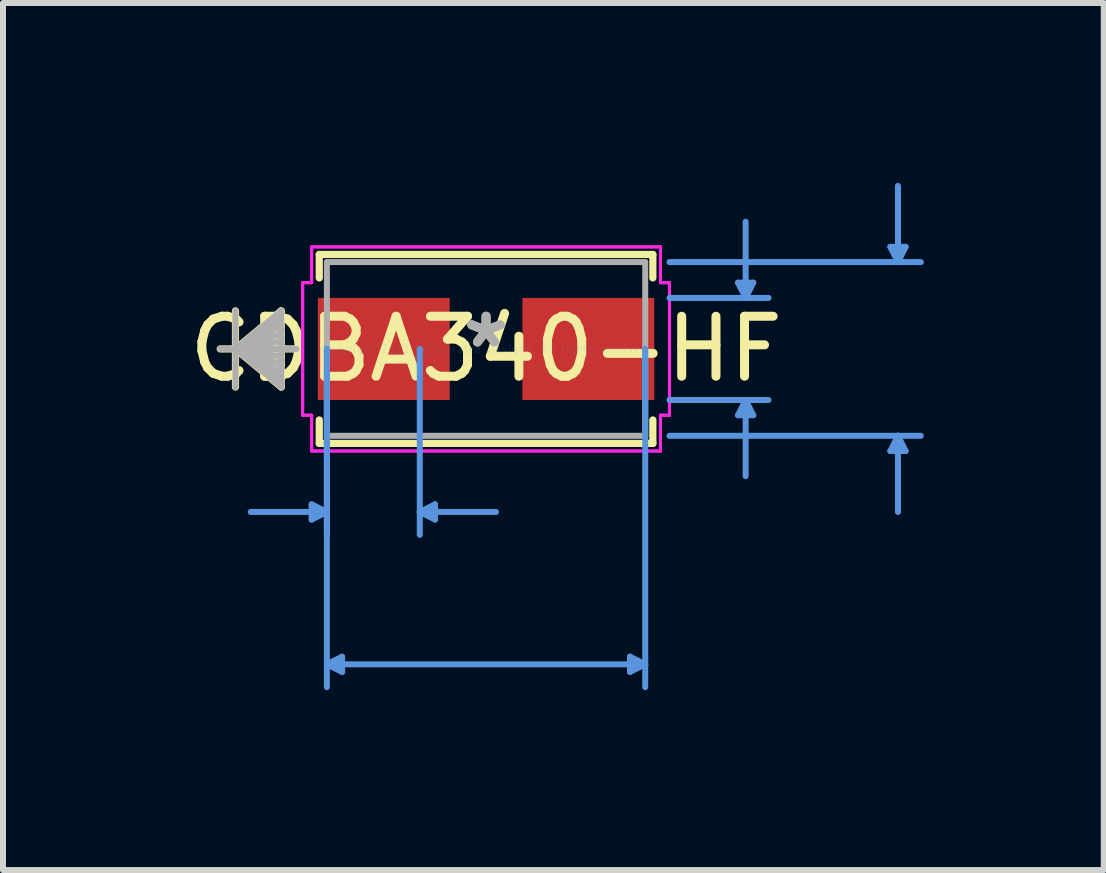
<source format=kicad_pcb>
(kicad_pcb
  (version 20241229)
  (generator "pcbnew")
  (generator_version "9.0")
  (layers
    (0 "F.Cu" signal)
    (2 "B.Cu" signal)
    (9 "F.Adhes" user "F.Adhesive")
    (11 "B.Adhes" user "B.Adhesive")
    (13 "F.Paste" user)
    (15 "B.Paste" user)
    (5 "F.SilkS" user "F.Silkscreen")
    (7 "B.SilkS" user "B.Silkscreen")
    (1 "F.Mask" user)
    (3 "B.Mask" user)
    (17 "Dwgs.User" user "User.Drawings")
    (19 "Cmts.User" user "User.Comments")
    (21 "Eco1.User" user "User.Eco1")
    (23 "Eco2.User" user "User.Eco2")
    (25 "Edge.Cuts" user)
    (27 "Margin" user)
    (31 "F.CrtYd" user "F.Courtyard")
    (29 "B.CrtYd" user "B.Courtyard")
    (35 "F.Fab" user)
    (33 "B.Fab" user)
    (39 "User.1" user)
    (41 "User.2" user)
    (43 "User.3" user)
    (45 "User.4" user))
  (footprint "CDBA340-HF"
    (layer "F.Cu")
    (at 5.054 2.768)
    (property "Reference" "CDBA340-HF" (at 0 0 0) (layer "F.SilkS") (effects (font (size 1 1) (thickness 0.15))))
    (attr through_hole)
    (fp_line (start -4.178 -0.635) (end -4.178 0.635) (stroke (width 0.12) (type solid)) (layer "F.SilkS"))
    (fp_line (start -4.178 0) (end -3.416 -0.635) (stroke (width 0.12) (type solid)) (layer "F.SilkS"))
    (fp_line (start -4.178 0) (end -3.416 -0.508) (stroke (width 0.12) (type solid)) (layer "F.SilkS"))
    (fp_line (start -4.178 0) (end -3.416 -0.381) (stroke (width 0.12) (type solid)) (layer "F.SilkS"))
    (fp_line (start -4.178 0) (end -3.416 -0.254) (stroke (width 0.12) (type solid)) (layer "F.SilkS"))
    (fp_line (start -4.178 0) (end -3.416 -0.127) (stroke (width 0.12) (type solid)) (layer "F.SilkS"))
    (fp_line (start -4.178 0) (end -3.416 0.127) (stroke (width 0.12) (type solid)) (layer "F.SilkS"))
    (fp_line (start -4.178 0) (end -3.416 0.254) (stroke (width 0.12) (type solid)) (layer "F.SilkS"))
    (fp_line (start -4.178 0) (end -3.416 0.381) (stroke (width 0.12) (type solid)) (layer "F.SilkS"))
    (fp_line (start -4.178 0) (end -3.416 0.508) (stroke (width 0.12) (type solid)) (layer "F.SilkS"))
    (fp_line (start -4.178 0) (end -3.416 0.635) (stroke (width 0.12) (type solid)) (layer "F.SilkS"))
    (fp_line (start -3.416 -0.635) (end -3.416 0.635) (stroke (width 0.12) (type solid)) (layer "F.SilkS"))
    (fp_line (start -3.162 0) (end -4.432 0) (stroke (width 0.12) (type solid)) (layer "F.SilkS"))
    (fp_line (start -2.781 -1.575) (end -2.781 -1.184) (stroke (width 0.12) (type solid)) (layer "F.SilkS"))
    (fp_line (start -2.781 1.184) (end -2.781 1.575) (stroke (width 0.12) (type solid)) (layer "F.SilkS"))
    (fp_line (start -2.781 1.575) (end 2.781 1.575) (stroke (width 0.12) (type solid)) (layer "F.SilkS"))
    (fp_line (start 2.781 -1.575) (end -2.781 -1.575) (stroke (width 0.12) (type solid)) (layer "F.SilkS"))
    (fp_line (start 2.781 -1.184) (end 2.781 -1.575) (stroke (width 0.12) (type solid)) (layer "F.SilkS"))
    (fp_line (start 2.781 1.575) (end 2.781 1.184) (stroke (width 0.12) (type solid)) (layer "F.SilkS"))
    (fp_line (start -2.908 2.591) (end -2.908 2.845) (stroke (width 0.1) (type solid)) (layer "Cmts.User"))
    (fp_line (start -2.654 0) (end -2.654 3.099) (stroke (width 0.1) (type solid)) (layer "Cmts.User"))
    (fp_line (start -2.654 0) (end -2.654 5.639) (stroke (width 0.1) (type solid)) (layer "Cmts.User"))
    (fp_line (start -2.654 2.718) (end -3.924 2.718) (stroke (width 0.1) (type solid)) (layer "Cmts.User"))
    (fp_line (start -2.654 2.718) (end -2.908 2.591) (stroke (width 0.1) (type solid)) (layer "Cmts.User"))
    (fp_line (start -2.654 2.718) (end -2.908 2.845) (stroke (width 0.1) (type solid)) (layer "Cmts.User"))
    (fp_line (start -2.654 5.258) (end -2.4 5.131) (stroke (width 0.1) (type solid)) (layer "Cmts.User"))
    (fp_line (start -2.654 5.258) (end -2.4 5.385) (stroke (width 0.1) (type solid)) (layer "Cmts.User"))
    (fp_line (start -2.654 5.258) (end 2.654 5.258) (stroke (width 0.1) (type solid)) (layer "Cmts.User"))
    (fp_line (start -2.4 5.131) (end -2.4 5.385) (stroke (width 0.1) (type solid)) (layer "Cmts.User"))
    (fp_line (start -1.105 0) (end -1.105 3.099) (stroke (width 0.1) (type solid)) (layer "Cmts.User"))
    (fp_line (start -1.105 2.718) (end -0.851 2.591) (stroke (width 0.1) (type solid)) (layer "Cmts.User"))
    (fp_line (start -1.105 2.718) (end -0.851 2.845) (stroke (width 0.1) (type solid)) (layer "Cmts.User"))
    (fp_line (start -1.105 2.718) (end 0.165 2.718) (stroke (width 0.1) (type solid)) (layer "Cmts.User"))
    (fp_line (start -0.851 2.591) (end -0.851 2.845) (stroke (width 0.1) (type solid)) (layer "Cmts.User"))
    (fp_line (start 2.4 5.131) (end 2.4 5.385) (stroke (width 0.1) (type solid)) (layer "Cmts.User"))
    (fp_line (start 2.654 0) (end 2.654 5.639) (stroke (width 0.1) (type solid)) (layer "Cmts.User"))
    (fp_line (start 2.654 5.258) (end 2.4 5.131) (stroke (width 0.1) (type solid)) (layer "Cmts.User"))
    (fp_line (start 2.654 5.258) (end 2.4 5.385) (stroke (width 0.1) (type solid)) (layer "Cmts.User"))
    (fp_line (start 3.058 -1.448) (end 7.249 -1.448) (stroke (width 0.1) (type solid)) (layer "Cmts.User"))
    (fp_line (start 3.058 -0.851) (end 4.709 -0.851) (stroke (width 0.1) (type solid)) (layer "Cmts.User"))
    (fp_line (start 3.058 0.851) (end 4.709 0.851) (stroke (width 0.1) (type solid)) (layer "Cmts.User"))
    (fp_line (start 3.058 1.448) (end 7.249 1.448) (stroke (width 0.1) (type solid)) (layer "Cmts.User"))
    (fp_line (start 4.201 -1.105) (end 4.455 -1.105) (stroke (width 0.1) (type solid)) (layer "Cmts.User"))
    (fp_line (start 4.201 1.105) (end 4.455 1.105) (stroke (width 0.1) (type solid)) (layer "Cmts.User"))
    (fp_line (start 4.328 -0.851) (end 4.201 -1.105) (stroke (width 0.1) (type solid)) (layer "Cmts.User"))
    (fp_line (start 4.328 -0.851) (end 4.328 -2.121) (stroke (width 0.1) (type solid)) (layer "Cmts.User"))
    (fp_line (start 4.328 -0.851) (end 4.455 -1.105) (stroke (width 0.1) (type solid)) (layer "Cmts.User"))
    (fp_line (start 4.328 0.851) (end 4.201 1.105) (stroke (width 0.1) (type solid)) (layer "Cmts.User"))
    (fp_line (start 4.328 0.851) (end 4.328 2.121) (stroke (width 0.1) (type solid)) (layer "Cmts.User"))
    (fp_line (start 4.328 0.851) (end 4.455 1.105) (stroke (width 0.1) (type solid)) (layer "Cmts.User"))
    (fp_line (start 6.741 -1.702) (end 6.995 -1.702) (stroke (width 0.1) (type solid)) (layer "Cmts.User"))
    (fp_line (start 6.741 1.702) (end 6.995 1.702) (stroke (width 0.1) (type solid)) (layer "Cmts.User"))
    (fp_line (start 6.868 -1.448) (end 6.741 -1.702) (stroke (width 0.1) (type solid)) (layer "Cmts.User"))
    (fp_line (start 6.868 -1.448) (end 6.868 -2.718) (stroke (width 0.1) (type solid)) (layer "Cmts.User"))
    (fp_line (start 6.868 -1.448) (end 6.995 -1.702) (stroke (width 0.1) (type solid)) (layer "Cmts.User"))
    (fp_line (start 6.868 1.448) (end 6.741 1.702) (stroke (width 0.1) (type solid)) (layer "Cmts.User"))
    (fp_line (start 6.868 1.448) (end 6.868 2.718) (stroke (width 0.1) (type solid)) (layer "Cmts.User"))
    (fp_line (start 6.868 1.448) (end 6.995 1.702) (stroke (width 0.1) (type solid)) (layer "Cmts.User"))
    (fp_line (start -3.058 -1.105) (end -2.908 -1.105) (stroke (width 0.05) (type solid)) (layer "F.CrtYd"))
    (fp_line (start -3.058 -1.105) (end -2.908 -1.105) (stroke (width 0.05) (type solid)) (layer "F.CrtYd"))
    (fp_line (start -3.058 1.105) (end -3.058 -1.105) (stroke (width 0.05) (type solid)) (layer "F.CrtYd"))
    (fp_line (start -3.058 1.105) (end -3.058 -1.105) (stroke (width 0.05) (type solid)) (layer "F.CrtYd"))
    (fp_line (start -2.908 -1.702) (end 2.908 -1.702) (stroke (width 0.05) (type solid)) (layer "F.CrtYd"))
    (fp_line (start -2.908 -1.702) (end 2.908 -1.702) (stroke (width 0.05) (type solid)) (layer "F.CrtYd"))
    (fp_line (start -2.908 -1.105) (end -2.908 -1.702) (stroke (width 0.05) (type solid)) (layer "F.CrtYd"))
    (fp_line (start -2.908 -1.105) (end -2.908 -1.702) (stroke (width 0.05) (type solid)) (layer "F.CrtYd"))
    (fp_line (start -2.908 1.105) (end -3.058 1.105) (stroke (width 0.05) (type solid)) (layer "F.CrtYd"))
    (fp_line (start -2.908 1.105) (end -3.058 1.105) (stroke (width 0.05) (type solid)) (layer "F.CrtYd"))
    (fp_line (start -2.908 1.702) (end -2.908 1.105) (stroke (width 0.05) (type solid)) (layer "F.CrtYd"))
    (fp_line (start -2.908 1.702) (end -2.908 1.105) (stroke (width 0.05) (type solid)) (layer "F.CrtYd"))
    (fp_line (start 2.908 -1.702) (end 2.908 -1.105) (stroke (width 0.05) (type solid)) (layer "F.CrtYd"))
    (fp_line (start 2.908 -1.702) (end 2.908 -1.105) (stroke (width 0.05) (type solid)) (layer "F.CrtYd"))
    (fp_line (start 2.908 -1.105) (end 3.058 -1.105) (stroke (width 0.05) (type solid)) (layer "F.CrtYd"))
    (fp_line (start 2.908 -1.105) (end 3.058 -1.105) (stroke (width 0.05) (type solid)) (layer "F.CrtYd"))
    (fp_line (start 2.908 1.105) (end 2.908 1.702) (stroke (width 0.05) (type solid)) (layer "F.CrtYd"))
    (fp_line (start 2.908 1.105) (end 2.908 1.702) (stroke (width 0.05) (type solid)) (layer "F.CrtYd"))
    (fp_line (start 2.908 1.702) (end -2.908 1.702) (stroke (width 0.05) (type solid)) (layer "F.CrtYd"))
    (fp_line (start 2.908 1.702) (end -2.908 1.702) (stroke (width 0.05) (type solid)) (layer "F.CrtYd"))
    (fp_line (start 3.058 -1.105) (end 3.058 1.105) (stroke (width 0.05) (type solid)) (layer "F.CrtYd"))
    (fp_line (start 3.058 -1.105) (end 3.058 1.105) (stroke (width 0.05) (type solid)) (layer "F.CrtYd"))
    (fp_line (start 3.058 1.105) (end 2.908 1.105) (stroke (width 0.05) (type solid)) (layer "F.CrtYd"))
    (fp_line (start 3.058 1.105) (end 2.908 1.105) (stroke (width 0.05) (type solid)) (layer "F.CrtYd"))
    (fp_line (start -4.178 -0.635) (end -4.178 0.635) (stroke (width 0.1) (type solid)) (layer "F.Fab"))
    (fp_line (start -4.178 0) (end -3.416 -0.635) (stroke (width 0.1) (type solid)) (layer "F.Fab"))
    (fp_line (start -4.178 0) (end -3.416 -0.508) (stroke (width 0.1) (type solid)) (layer "F.Fab"))
    (fp_line (start -4.178 0) (end -3.416 -0.381) (stroke (width 0.1) (type solid)) (layer "F.Fab"))
    (fp_line (start -4.178 0) (end -3.416 -0.254) (stroke (width 0.1) (type solid)) (layer "F.Fab"))
    (fp_line (start -4.178 0) (end -3.416 -0.127) (stroke (width 0.1) (type solid)) (layer "F.Fab"))
    (fp_line (start -4.178 0) (end -3.416 0.127) (stroke (width 0.1) (type solid)) (layer "F.Fab"))
    (fp_line (start -4.178 0) (end -3.416 0.254) (stroke (width 0.1) (type solid)) (layer "F.Fab"))
    (fp_line (start -4.178 0) (end -3.416 0.381) (stroke (width 0.1) (type solid)) (layer "F.Fab"))
    (fp_line (start -4.178 0) (end -3.416 0.508) (stroke (width 0.1) (type solid)) (layer "F.Fab"))
    (fp_line (start -4.178 0) (end -3.416 0.635) (stroke (width 0.1) (type solid)) (layer "F.Fab"))
    (fp_line (start -3.416 -0.635) (end -3.416 0.635) (stroke (width 0.1) (type solid)) (layer "F.Fab"))
    (fp_line (start -3.162 0) (end -4.432 0) (stroke (width 0.1) (type solid)) (layer "F.Fab"))
    (fp_line (start -2.654 -1.448) (end -2.654 1.448) (stroke (width 0.1) (type solid)) (layer "F.Fab"))
    (fp_line (start -2.654 1.448) (end 2.654 1.448) (stroke (width 0.1) (type solid)) (layer "F.Fab"))
    (fp_line (start 2.654 -1.448) (end -2.654 -1.448) (stroke (width 0.1) (type solid)) (layer "F.Fab"))
    (fp_line (start 2.654 1.448) (end 2.654 -1.448) (stroke (width 0.1) (type solid)) (layer "F.Fab"))
    (fp_text user "*" (at 0 0 0) (layer "F.SilkS") (effects (font (size 1 1) (thickness 0.15))))
    (fp_text user "Copyright 2021 Accelerated Designs. All rights reserved." (at 0 0 0) (layer "Cmts.User") (effects (font (size 0.127 0.127) (thickness 0.002))))
    (fp_text user "*" (at 0 0 0) (layer "F.Fab") (effects (font (size 1 1) (thickness 0.15))))
    (pad "1" smd rect (at -1.705 0 90) (size 1.702 2.199) (layers "F.Cu" "F.Mask" "F.Paste"))
    (pad "2" smd rect (at 1.705 0 90) (size 1.702 2.199) (layers "F.Cu" "F.Mask" "F.Paste")))
  (gr_rect
    (start -3 -3)
    (end 15.353 11.457)
    (stroke (width 0.1) (type default))
    (fill no)
    (layer "Edge.Cuts")))
</source>
